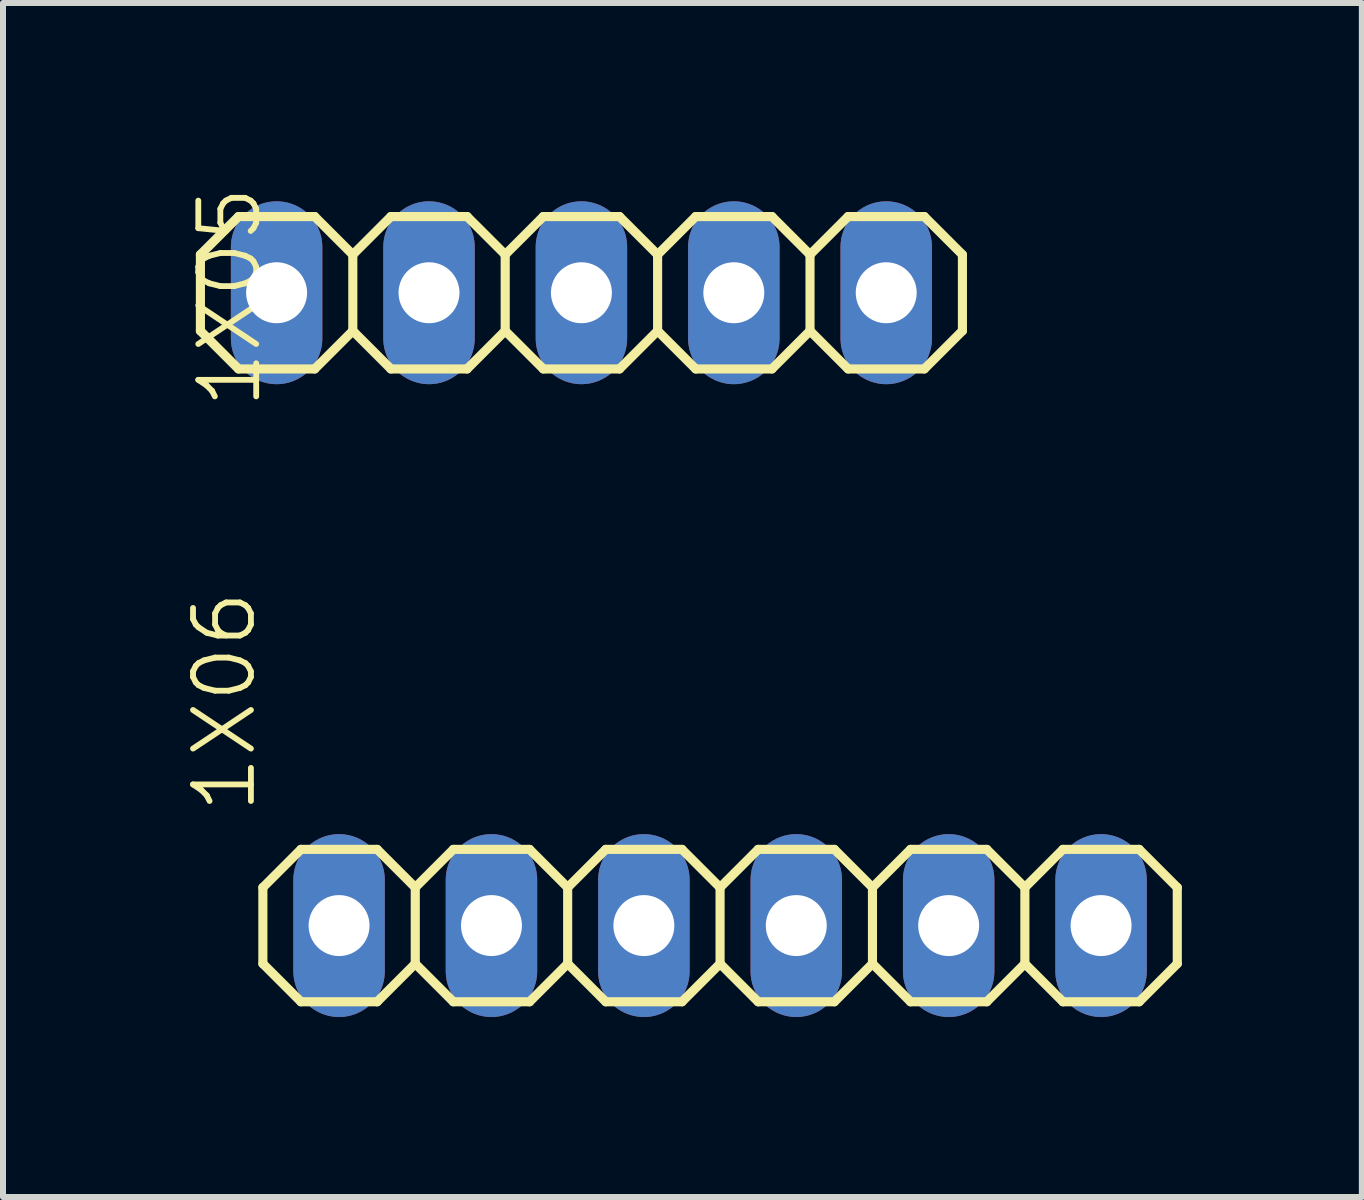
<source format=kicad_pcb>
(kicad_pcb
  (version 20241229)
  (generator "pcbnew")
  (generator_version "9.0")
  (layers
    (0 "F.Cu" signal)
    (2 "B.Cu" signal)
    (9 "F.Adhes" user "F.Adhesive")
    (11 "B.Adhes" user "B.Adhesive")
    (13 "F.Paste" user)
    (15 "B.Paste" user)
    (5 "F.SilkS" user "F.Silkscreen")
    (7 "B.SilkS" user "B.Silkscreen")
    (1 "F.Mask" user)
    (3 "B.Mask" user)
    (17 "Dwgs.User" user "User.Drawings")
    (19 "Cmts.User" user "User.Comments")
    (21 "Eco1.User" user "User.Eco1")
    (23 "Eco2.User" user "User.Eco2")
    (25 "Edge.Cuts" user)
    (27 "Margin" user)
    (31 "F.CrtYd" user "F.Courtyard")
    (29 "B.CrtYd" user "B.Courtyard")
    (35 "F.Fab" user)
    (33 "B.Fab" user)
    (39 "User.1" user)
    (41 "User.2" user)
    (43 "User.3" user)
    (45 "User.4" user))
  (footprint "1X05"
    (layer "F.Cu")
    (at 6.64 1.829)
    (property "Reference" "1X05" (at -6.426 -1.829 90) (layer "F.SilkS") (effects (font (size 0.965 0.965) (thickness 0.097)) (justify right top)))
    (attr through_hole)
    (fp_line (start -6.35 -0.635) (end -6.35 0.635) (stroke (width 0.152) (type solid)) (layer "F.SilkS"))
    (fp_line (start -6.35 0.635) (end -5.715 1.27) (stroke (width 0.152) (type solid)) (layer "F.SilkS"))
    (fp_line (start -5.715 -1.27) (end -6.35 -0.635) (stroke (width 0.152) (type solid)) (layer "F.SilkS"))
    (fp_line (start -5.715 -1.27) (end -4.445 -1.27) (stroke (width 0.152) (type solid)) (layer "F.SilkS"))
    (fp_line (start -4.445 -1.27) (end -3.81 -0.635) (stroke (width 0.152) (type solid)) (layer "F.SilkS"))
    (fp_line (start -4.445 1.27) (end -5.715 1.27) (stroke (width 0.152) (type solid)) (layer "F.SilkS"))
    (fp_line (start -3.81 -0.635) (end -3.81 0.635) (stroke (width 0.152) (type solid)) (layer "F.SilkS"))
    (fp_line (start -3.81 -0.635) (end -3.175 -1.27) (stroke (width 0.152) (type solid)) (layer "F.SilkS"))
    (fp_line (start -3.81 0.635) (end -4.445 1.27) (stroke (width 0.152) (type solid)) (layer "F.SilkS"))
    (fp_line (start -3.175 -1.27) (end -1.905 -1.27) (stroke (width 0.152) (type solid)) (layer "F.SilkS"))
    (fp_line (start -3.175 1.27) (end -3.81 0.635) (stroke (width 0.152) (type solid)) (layer "F.SilkS"))
    (fp_line (start -1.905 -1.27) (end -1.27 -0.635) (stroke (width 0.152) (type solid)) (layer "F.SilkS"))
    (fp_line (start -1.905 1.27) (end -3.175 1.27) (stroke (width 0.152) (type solid)) (layer "F.SilkS"))
    (fp_line (start -1.27 -0.635) (end -1.27 0.635) (stroke (width 0.152) (type solid)) (layer "F.SilkS"))
    (fp_line (start -1.27 -0.635) (end -0.635 -1.27) (stroke (width 0.152) (type solid)) (layer "F.SilkS"))
    (fp_line (start -1.27 0.635) (end -1.905 1.27) (stroke (width 0.152) (type solid)) (layer "F.SilkS"))
    (fp_line (start -0.635 -1.27) (end 0.635 -1.27) (stroke (width 0.152) (type solid)) (layer "F.SilkS"))
    (fp_line (start -0.635 1.27) (end -1.27 0.635) (stroke (width 0.152) (type solid)) (layer "F.SilkS"))
    (fp_line (start 0.635 -1.27) (end 1.27 -0.635) (stroke (width 0.152) (type solid)) (layer "F.SilkS"))
    (fp_line (start 0.635 1.27) (end -0.635 1.27) (stroke (width 0.152) (type solid)) (layer "F.SilkS"))
    (fp_line (start 1.27 -0.635) (end 1.27 0.635) (stroke (width 0.152) (type solid)) (layer "F.SilkS"))
    (fp_line (start 1.27 0.635) (end 0.635 1.27) (stroke (width 0.152) (type solid)) (layer "F.SilkS"))
    (fp_line (start 1.27 0.635) (end 1.905 1.27) (stroke (width 0.152) (type solid)) (layer "F.SilkS"))
    (fp_line (start 1.905 -1.27) (end 1.27 -0.635) (stroke (width 0.152) (type solid)) (layer "F.SilkS"))
    (fp_line (start 1.905 -1.27) (end 3.175 -1.27) (stroke (width 0.152) (type solid)) (layer "F.SilkS"))
    (fp_line (start 3.175 -1.27) (end 3.81 -0.635) (stroke (width 0.152) (type solid)) (layer "F.SilkS"))
    (fp_line (start 3.175 1.27) (end 1.905 1.27) (stroke (width 0.152) (type solid)) (layer "F.SilkS"))
    (fp_line (start 3.81 -0.635) (end 3.81 0.635) (stroke (width 0.152) (type solid)) (layer "F.SilkS"))
    (fp_line (start 3.81 0.635) (end 3.175 1.27) (stroke (width 0.152) (type solid)) (layer "F.SilkS"))
    (fp_line (start 3.81 0.635) (end 4.445 1.27) (stroke (width 0.152) (type solid)) (layer "F.SilkS"))
    (fp_line (start 4.445 -1.27) (end 3.81 -0.635) (stroke (width 0.152) (type solid)) (layer "F.SilkS"))
    (fp_line (start 4.445 -1.27) (end 5.715 -1.27) (stroke (width 0.152) (type solid)) (layer "F.SilkS"))
    (fp_line (start 5.715 -1.27) (end 6.35 -0.635) (stroke (width 0.152) (type solid)) (layer "F.SilkS"))
    (fp_line (start 5.715 1.27) (end 4.445 1.27) (stroke (width 0.152) (type solid)) (layer "F.SilkS"))
    (fp_line (start 6.35 -0.635) (end 6.35 0.635) (stroke (width 0.152) (type solid)) (layer "F.SilkS"))
    (fp_line (start 6.35 0.635) (end 5.715 1.27) (stroke (width 0.152) (type solid)) (layer "F.SilkS"))
    (fp_poly (pts (xy -5.334 0.254) (xy -4.826 0.254) (xy -4.826 -0.254) (xy -5.334 -0.254)) (stroke (width 0.1) (type solid)) (fill no) (layer "F.Fab"))
    (fp_poly (pts (xy -2.794 0.254) (xy -2.286 0.254) (xy -2.286 -0.254) (xy -2.794 -0.254)) (stroke (width 0.1) (type solid)) (fill no) (layer "F.Fab"))
    (fp_poly (pts (xy -0.254 0.254) (xy 0.254 0.254) (xy 0.254 -0.254) (xy -0.254 -0.254)) (stroke (width 0.1) (type solid)) (fill no) (layer "F.Fab"))
    (fp_poly (pts (xy 2.286 0.254) (xy 2.794 0.254) (xy 2.794 -0.254) (xy 2.286 -0.254)) (stroke (width 0.1) (type solid)) (fill no) (layer "F.Fab"))
    (fp_poly (pts (xy 4.826 0.254) (xy 5.334 0.254) (xy 5.334 -0.254) (xy 4.826 -0.254)) (stroke (width 0.1) (type solid)) (fill no) (layer "F.Fab"))
    (pad "1" thru_hole oval (at -5.08 0 90) (size 3.048 1.524) (drill 1.016) (layers "*.Cu" "*.Mask"))
    (pad "2" thru_hole oval (at -2.54 0 90) (size 3.048 1.524) (drill 1.016) (layers "*.Cu" "*.Mask"))
    (pad "3" thru_hole oval (at 0 0 90) (size 3.048 1.524) (drill 1.016) (layers "*.Cu" "*.Mask"))
    (pad "4" thru_hole oval (at 2.54 0 90) (size 3.048 1.524) (drill 1.016) (layers "*.Cu" "*.Mask"))
    (pad "5" thru_hole oval (at 5.08 0 90) (size 3.048 1.524) (drill 1.016) (layers "*.Cu" "*.Mask")))
  (footprint "1X06"
    (layer "F.Cu")
    (at 8.951 12.376)
    (property "Reference" "1X06" (at -7.696 -1.829 90) (layer "F.SilkS") (effects (font (size 0.965 0.965) (thickness 0.097)) (justify left bottom)))
    (attr through_hole)
    (fp_line (start -7.62 -0.635) (end -7.62 0.635) (stroke (width 0.152) (type solid)) (layer "F.SilkS"))
    (fp_line (start -7.62 0.635) (end -6.985 1.27) (stroke (width 0.152) (type solid)) (layer "F.SilkS"))
    (fp_line (start -6.985 -1.27) (end -7.62 -0.635) (stroke (width 0.152) (type solid)) (layer "F.SilkS"))
    (fp_line (start -6.985 -1.27) (end -5.715 -1.27) (stroke (width 0.152) (type solid)) (layer "F.SilkS"))
    (fp_line (start -5.715 -1.27) (end -5.08 -0.635) (stroke (width 0.152) (type solid)) (layer "F.SilkS"))
    (fp_line (start -5.715 1.27) (end -6.985 1.27) (stroke (width 0.152) (type solid)) (layer "F.SilkS"))
    (fp_line (start -5.08 -0.635) (end -5.08 0.635) (stroke (width 0.152) (type solid)) (layer "F.SilkS"))
    (fp_line (start -5.08 -0.635) (end -4.445 -1.27) (stroke (width 0.152) (type solid)) (layer "F.SilkS"))
    (fp_line (start -5.08 0.635) (end -5.715 1.27) (stroke (width 0.152) (type solid)) (layer "F.SilkS"))
    (fp_line (start -4.445 -1.27) (end -3.175 -1.27) (stroke (width 0.152) (type solid)) (layer "F.SilkS"))
    (fp_line (start -4.445 1.27) (end -5.08 0.635) (stroke (width 0.152) (type solid)) (layer "F.SilkS"))
    (fp_line (start -3.175 -1.27) (end -2.54 -0.635) (stroke (width 0.152) (type solid)) (layer "F.SilkS"))
    (fp_line (start -3.175 1.27) (end -4.445 1.27) (stroke (width 0.152) (type solid)) (layer "F.SilkS"))
    (fp_line (start -2.54 -0.635) (end -2.54 0.635) (stroke (width 0.152) (type solid)) (layer "F.SilkS"))
    (fp_line (start -2.54 -0.635) (end -1.905 -1.27) (stroke (width 0.152) (type solid)) (layer "F.SilkS"))
    (fp_line (start -2.54 0.635) (end -3.175 1.27) (stroke (width 0.152) (type solid)) (layer "F.SilkS"))
    (fp_line (start -1.905 -1.27) (end -0.635 -1.27) (stroke (width 0.152) (type solid)) (layer "F.SilkS"))
    (fp_line (start -1.905 1.27) (end -2.54 0.635) (stroke (width 0.152) (type solid)) (layer "F.SilkS"))
    (fp_line (start -0.635 -1.27) (end 0 -0.635) (stroke (width 0.152) (type solid)) (layer "F.SilkS"))
    (fp_line (start -0.635 1.27) (end -1.905 1.27) (stroke (width 0.152) (type solid)) (layer "F.SilkS"))
    (fp_line (start 0 -0.635) (end 0 0.635) (stroke (width 0.152) (type solid)) (layer "F.SilkS"))
    (fp_line (start 0 0.635) (end -0.635 1.27) (stroke (width 0.152) (type solid)) (layer "F.SilkS"))
    (fp_line (start 0 0.635) (end 0.635 1.27) (stroke (width 0.152) (type solid)) (layer "F.SilkS"))
    (fp_line (start 0.635 -1.27) (end 0 -0.635) (stroke (width 0.152) (type solid)) (layer "F.SilkS"))
    (fp_line (start 0.635 -1.27) (end 1.905 -1.27) (stroke (width 0.152) (type solid)) (layer "F.SilkS"))
    (fp_line (start 1.905 -1.27) (end 2.54 -0.635) (stroke (width 0.152) (type solid)) (layer "F.SilkS"))
    (fp_line (start 1.905 1.27) (end 0.635 1.27) (stroke (width 0.152) (type solid)) (layer "F.SilkS"))
    (fp_line (start 2.54 -0.635) (end 2.54 0.635) (stroke (width 0.152) (type solid)) (layer "F.SilkS"))
    (fp_line (start 2.54 -0.635) (end 3.175 -1.27) (stroke (width 0.152) (type solid)) (layer "F.SilkS"))
    (fp_line (start 2.54 0.635) (end 1.905 1.27) (stroke (width 0.152) (type solid)) (layer "F.SilkS"))
    (fp_line (start 3.175 -1.27) (end 4.445 -1.27) (stroke (width 0.152) (type solid)) (layer "F.SilkS"))
    (fp_line (start 3.175 1.27) (end 2.54 0.635) (stroke (width 0.152) (type solid)) (layer "F.SilkS"))
    (fp_line (start 4.445 -1.27) (end 5.08 -0.635) (stroke (width 0.152) (type solid)) (layer "F.SilkS"))
    (fp_line (start 4.445 1.27) (end 3.175 1.27) (stroke (width 0.152) (type solid)) (layer "F.SilkS"))
    (fp_line (start 5.08 -0.635) (end 5.08 0.635) (stroke (width 0.152) (type solid)) (layer "F.SilkS"))
    (fp_line (start 5.08 0.635) (end 4.445 1.27) (stroke (width 0.152) (type solid)) (layer "F.SilkS"))
    (fp_line (start 5.08 0.635) (end 5.715 1.27) (stroke (width 0.152) (type solid)) (layer "F.SilkS"))
    (fp_line (start 5.715 -1.27) (end 5.08 -0.635) (stroke (width 0.152) (type solid)) (layer "F.SilkS"))
    (fp_line (start 5.715 -1.27) (end 6.985 -1.27) (stroke (width 0.152) (type solid)) (layer "F.SilkS"))
    (fp_line (start 6.985 -1.27) (end 7.62 -0.635) (stroke (width 0.152) (type solid)) (layer "F.SilkS"))
    (fp_line (start 6.985 1.27) (end 5.715 1.27) (stroke (width 0.152) (type solid)) (layer "F.SilkS"))
    (fp_line (start 7.62 -0.635) (end 7.62 0.635) (stroke (width 0.152) (type solid)) (layer "F.SilkS"))
    (fp_line (start 7.62 0.635) (end 6.985 1.27) (stroke (width 0.152) (type solid)) (layer "F.SilkS"))
    (fp_poly (pts (xy -6.604 0.254) (xy -6.096 0.254) (xy -6.096 -0.254) (xy -6.604 -0.254)) (stroke (width 0.1) (type solid)) (fill no) (layer "F.Fab"))
    (fp_poly (pts (xy -4.064 0.254) (xy -3.556 0.254) (xy -3.556 -0.254) (xy -4.064 -0.254)) (stroke (width 0.1) (type solid)) (fill no) (layer "F.Fab"))
    (fp_poly (pts (xy -1.524 0.254) (xy -1.016 0.254) (xy -1.016 -0.254) (xy -1.524 -0.254)) (stroke (width 0.1) (type solid)) (fill no) (layer "F.Fab"))
    (fp_poly (pts (xy 1.016 0.254) (xy 1.524 0.254) (xy 1.524 -0.254) (xy 1.016 -0.254)) (stroke (width 0.1) (type solid)) (fill no) (layer "F.Fab"))
    (fp_poly (pts (xy 3.556 0.254) (xy 4.064 0.254) (xy 4.064 -0.254) (xy 3.556 -0.254)) (stroke (width 0.1) (type solid)) (fill no) (layer "F.Fab"))
    (fp_poly (pts (xy 6.096 0.254) (xy 6.604 0.254) (xy 6.604 -0.254) (xy 6.096 -0.254)) (stroke (width 0.1) (type solid)) (fill no) (layer "F.Fab"))
    (pad "1" thru_hole oval (at -6.35 0 90) (size 3.048 1.524) (drill 1.016) (layers "*.Cu" "*.Mask"))
    (pad "2" thru_hole oval (at -3.81 0 90) (size 3.048 1.524) (drill 1.016) (layers "*.Cu" "*.Mask"))
    (pad "3" thru_hole oval (at -1.27 0 90) (size 3.048 1.524) (drill 1.016) (layers "*.Cu" "*.Mask"))
    (pad "4" thru_hole oval (at 1.27 0 90) (size 3.048 1.524) (drill 1.016) (layers "*.Cu" "*.Mask"))
    (pad "5" thru_hole oval (at 3.81 0 90) (size 3.048 1.524) (drill 1.016) (layers "*.Cu" "*.Mask"))
    (pad "6" thru_hole oval (at 6.35 0 90) (size 3.048 1.524) (drill 1.016) (layers "*.Cu" "*.Mask")))
  (gr_rect
    (start -3 -3)
    (end 19.647 16.9)
    (stroke (width 0.1) (type default))
    (fill no)
    (layer "Edge.Cuts")))
</source>
